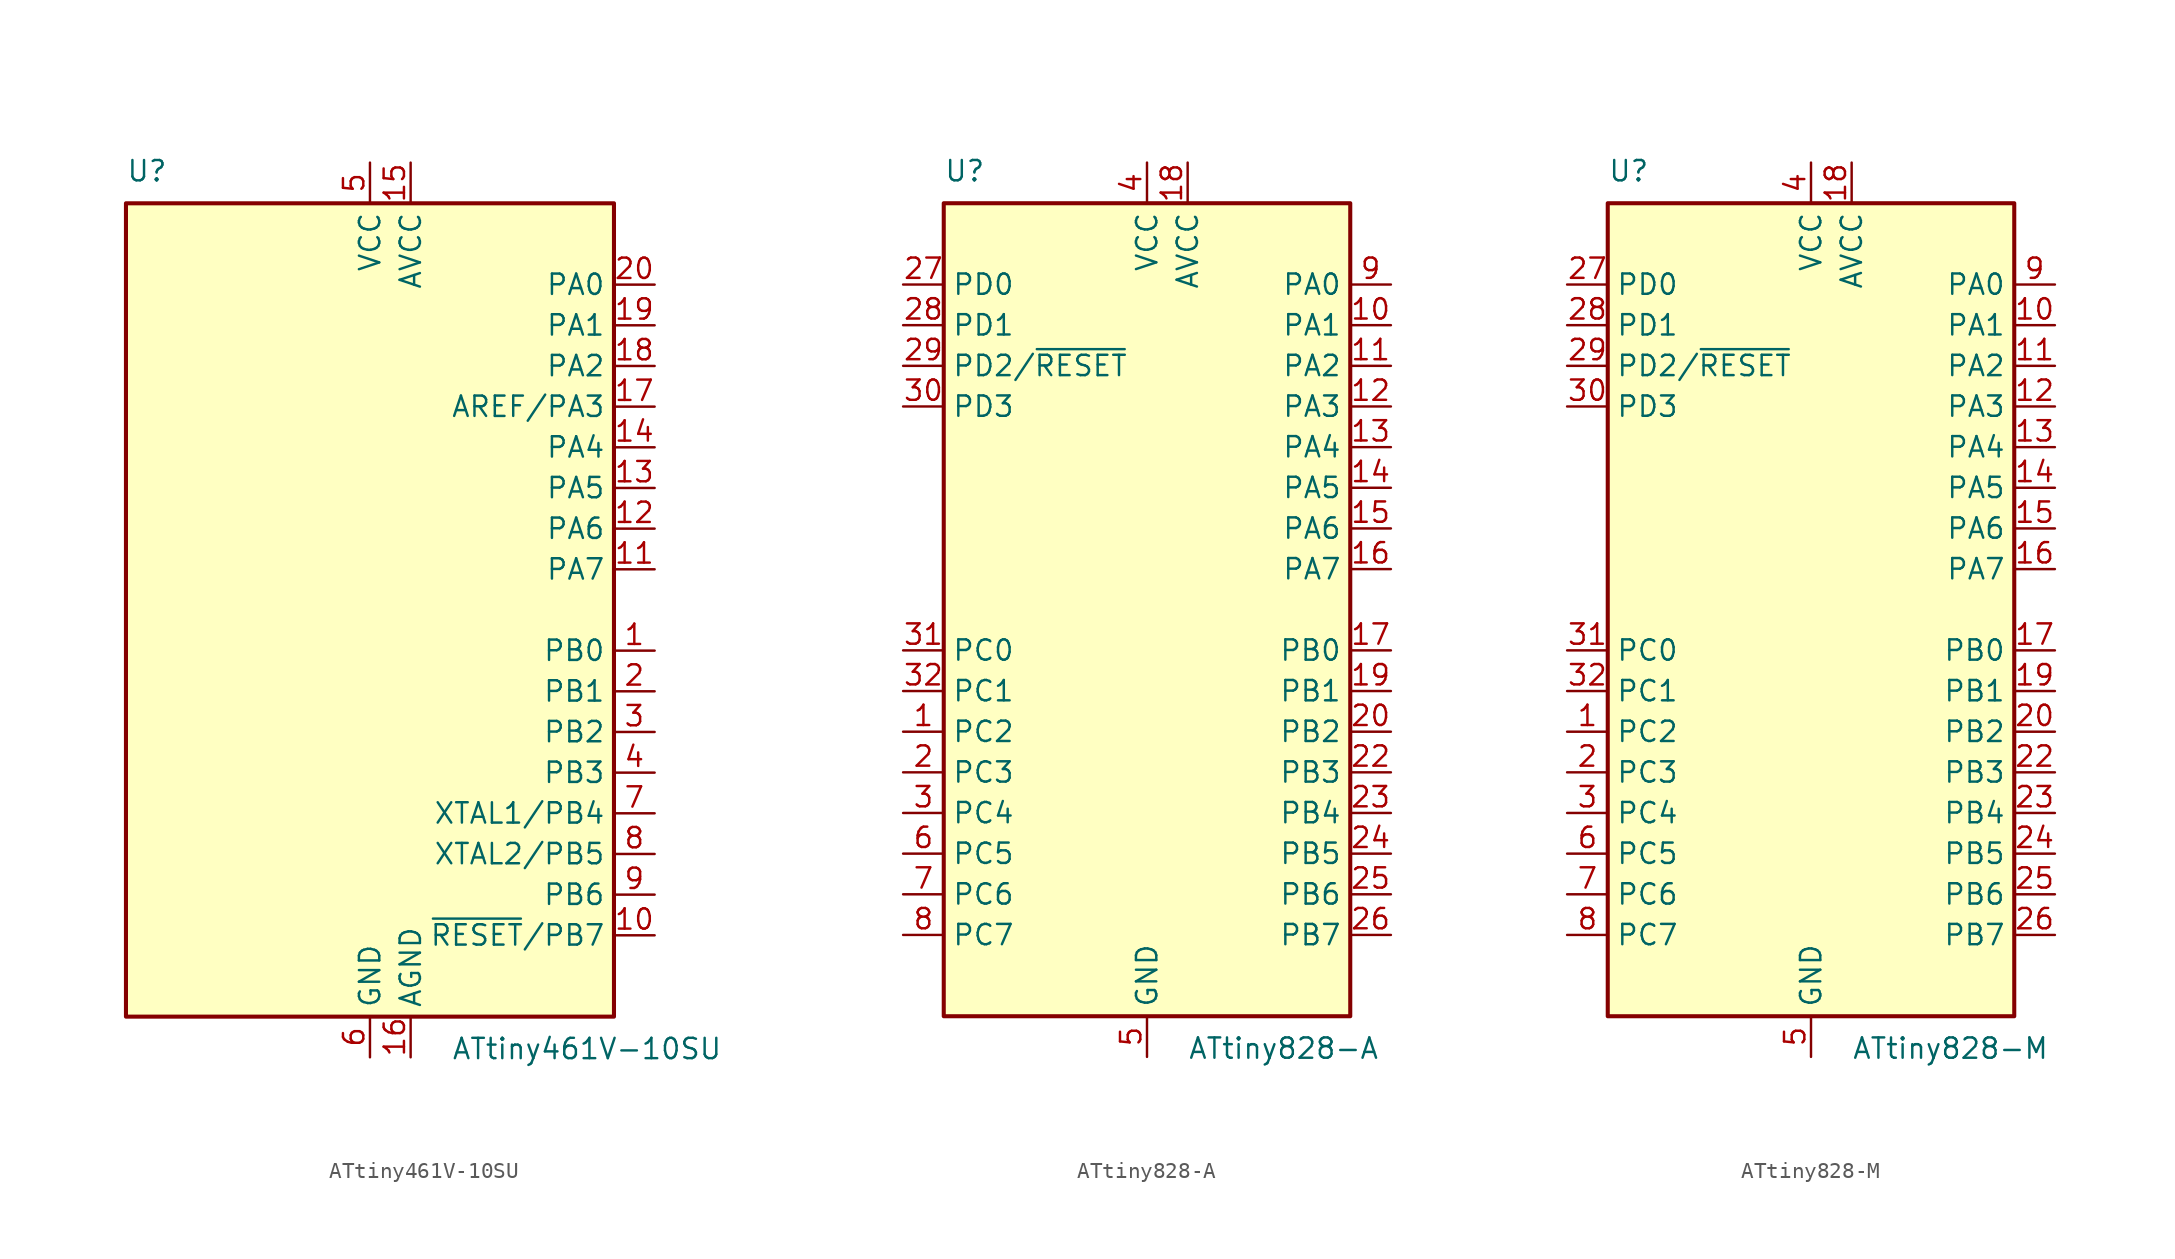
<source format=kicad_sym>
(kicad_symbol_lib
  (version 20201005)
  (generator kicad_symbol_editor)
  (symbol "ATtiny461V-10SU"
    (property "Reference" "U"
      (at -15.24 26.67 0)
      (effects (font (size 1.27 1.27)) (justify left bottom)))
    (property "Value" "ATtiny461V-10SU"
      (at 5.08 -26.67 0)
      (effects (font (size 1.27 1.27)) (justify left top)))
    (symbol "ATtiny461V-10SU_0_1"
      (rectangle (start -15.24 -25.4) (end 15.24 25.4) (stroke (width 0.254)) (fill (type background))))
    (symbol "ATtiny461V-10SU_1_1"
      (pin tri_state line (at 17.78 -2.54 180) (length 2.54) (name "PB0" (effects (font (size 1.27 1.27)))) (number "1" (effects (font (size 1.27 1.27)))))
      (pin tri_state line (at 17.78 -20.32 180) (length 2.54) (name "~RESET~/PB7" (effects (font (size 1.27 1.27)))) (number "10" (effects (font (size 1.27 1.27)))))
      (pin tri_state line (at 17.78 2.54 180) (length 2.54) (name "PA7" (effects (font (size 1.27 1.27)))) (number "11" (effects (font (size 1.27 1.27)))))
      (pin tri_state line (at 17.78 5.08 180) (length 2.54) (name "PA6" (effects (font (size 1.27 1.27)))) (number "12" (effects (font (size 1.27 1.27)))))
      (pin tri_state line (at 17.78 7.62 180) (length 2.54) (name "PA5" (effects (font (size 1.27 1.27)))) (number "13" (effects (font (size 1.27 1.27)))))
      (pin tri_state line (at 17.78 10.16 180) (length 2.54) (name "PA4" (effects (font (size 1.27 1.27)))) (number "14" (effects (font (size 1.27 1.27)))))
      (pin power_in line (at 2.54 27.94 270) (length 2.54) (name "AVCC" (effects (font (size 1.27 1.27)))) (number "15" (effects (font (size 1.27 1.27)))))
      (pin power_in line (at 2.54 -27.94 90) (length 2.54) (name "AGND" (effects (font (size 1.27 1.27)))) (number "16" (effects (font (size 1.27 1.27)))))
      (pin tri_state line (at 17.78 12.7 180) (length 2.54) (name "AREF/PA3" (effects (font (size 1.27 1.27)))) (number "17" (effects (font (size 1.27 1.27)))))
      (pin tri_state line (at 17.78 15.24 180) (length 2.54) (name "PA2" (effects (font (size 1.27 1.27)))) (number "18" (effects (font (size 1.27 1.27)))))
      (pin tri_state line (at 17.78 17.78 180) (length 2.54) (name "PA1" (effects (font (size 1.27 1.27)))) (number "19" (effects (font (size 1.27 1.27)))))
      (pin tri_state line (at 17.78 -5.08 180) (length 2.54) (name "PB1" (effects (font (size 1.27 1.27)))) (number "2" (effects (font (size 1.27 1.27)))))
      (pin tri_state line (at 17.78 20.32 180) (length 2.54) (name "PA0" (effects (font (size 1.27 1.27)))) (number "20" (effects (font (size 1.27 1.27)))))
      (pin tri_state line (at 17.78 -7.62 180) (length 2.54) (name "PB2" (effects (font (size 1.27 1.27)))) (number "3" (effects (font (size 1.27 1.27)))))
      (pin tri_state line (at 17.78 -10.16 180) (length 2.54) (name "PB3" (effects (font (size 1.27 1.27)))) (number "4" (effects (font (size 1.27 1.27)))))
      (pin power_in line (at 0 27.94 270) (length 2.54) (name "VCC" (effects (font (size 1.27 1.27)))) (number "5" (effects (font (size 1.27 1.27)))))
      (pin power_in line (at 0 -27.94 90) (length 2.54) (name "GND" (effects (font (size 1.27 1.27)))) (number "6" (effects (font (size 1.27 1.27)))))
      (pin tri_state line (at 17.78 -12.7 180) (length 2.54) (name "XTAL1/PB4" (effects (font (size 1.27 1.27)))) (number "7" (effects (font (size 1.27 1.27)))))
      (pin tri_state line (at 17.78 -15.24 180) (length 2.54) (name "XTAL2/PB5" (effects (font (size 1.27 1.27)))) (number "8" (effects (font (size 1.27 1.27)))))
      (pin tri_state line (at 17.78 -17.78 180) (length 2.54) (name "PB6" (effects (font (size 1.27 1.27)))) (number "9" (effects (font (size 1.27 1.27)))))))
  (symbol "ATtiny828-A"
    (property "Reference" "U"
      (at -12.7 26.67 0)
      (effects (font (size 1.27 1.27)) (justify left bottom)))
    (property "Value" "ATtiny828-A"
      (at 2.54 -26.67 0)
      (effects (font (size 1.27 1.27)) (justify left top)))
    (symbol "ATtiny828-A_0_1"
      (rectangle (start -12.7 -25.4) (end 12.7 25.4) (stroke (width 0.254)) (fill (type background))))
    (symbol "ATtiny828-A_1_1"
      (pin tri_state line (at -15.24 -7.62 0) (length 2.54) (name "PC2" (effects (font (size 1.27 1.27)))) (number "1" (effects (font (size 1.27 1.27)))))
      (pin tri_state line (at 15.24 17.78 180) (length 2.54) (name "PA1" (effects (font (size 1.27 1.27)))) (number "10" (effects (font (size 1.27 1.27)))))
      (pin tri_state line (at 15.24 15.24 180) (length 2.54) (name "PA2" (effects (font (size 1.27 1.27)))) (number "11" (effects (font (size 1.27 1.27)))))
      (pin tri_state line (at 15.24 12.7 180) (length 2.54) (name "PA3" (effects (font (size 1.27 1.27)))) (number "12" (effects (font (size 1.27 1.27)))))
      (pin tri_state line (at 15.24 10.16 180) (length 2.54) (name "PA4" (effects (font (size 1.27 1.27)))) (number "13" (effects (font (size 1.27 1.27)))))
      (pin tri_state line (at 15.24 7.62 180) (length 2.54) (name "PA5" (effects (font (size 1.27 1.27)))) (number "14" (effects (font (size 1.27 1.27)))))
      (pin tri_state line (at 15.24 5.08 180) (length 2.54) (name "PA6" (effects (font (size 1.27 1.27)))) (number "15" (effects (font (size 1.27 1.27)))))
      (pin tri_state line (at 15.24 2.54 180) (length 2.54) (name "PA7" (effects (font (size 1.27 1.27)))) (number "16" (effects (font (size 1.27 1.27)))))
      (pin tri_state line (at 15.24 -2.54 180) (length 2.54) (name "PB0" (effects (font (size 1.27 1.27)))) (number "17" (effects (font (size 1.27 1.27)))))
      (pin power_in line (at 2.54 27.94 270) (length 2.54) (name "AVCC" (effects (font (size 1.27 1.27)))) (number "18" (effects (font (size 1.27 1.27)))))
      (pin tri_state line (at 15.24 -5.08 180) (length 2.54) (name "PB1" (effects (font (size 1.27 1.27)))) (number "19" (effects (font (size 1.27 1.27)))))
      (pin tri_state line (at -15.24 -10.16 0) (length 2.54) (name "PC3" (effects (font (size 1.27 1.27)))) (number "2" (effects (font (size 1.27 1.27)))))
      (pin tri_state line (at 15.24 -7.62 180) (length 2.54) (name "PB2" (effects (font (size 1.27 1.27)))) (number "20" (effects (font (size 1.27 1.27)))))
      (pin passive line (at 0 -27.94 90) (length 2.54) hide (name "GND" (effects (font (size 1.27 1.27)))) (number "21" (effects (font (size 1.27 1.27)))))
      (pin tri_state line (at 15.24 -10.16 180) (length 2.54) (name "PB3" (effects (font (size 1.27 1.27)))) (number "22" (effects (font (size 1.27 1.27)))))
      (pin tri_state line (at 15.24 -12.7 180) (length 2.54) (name "PB4" (effects (font (size 1.27 1.27)))) (number "23" (effects (font (size 1.27 1.27)))))
      (pin tri_state line (at 15.24 -15.24 180) (length 2.54) (name "PB5" (effects (font (size 1.27 1.27)))) (number "24" (effects (font (size 1.27 1.27)))))
      (pin tri_state line (at 15.24 -17.78 180) (length 2.54) (name "PB6" (effects (font (size 1.27 1.27)))) (number "25" (effects (font (size 1.27 1.27)))))
      (pin tri_state line (at 15.24 -20.32 180) (length 2.54) (name "PB7" (effects (font (size 1.27 1.27)))) (number "26" (effects (font (size 1.27 1.27)))))
      (pin tri_state line (at -15.24 20.32 0) (length 2.54) (name "PD0" (effects (font (size 1.27 1.27)))) (number "27" (effects (font (size 1.27 1.27)))))
      (pin tri_state line (at -15.24 17.78 0) (length 2.54) (name "PD1" (effects (font (size 1.27 1.27)))) (number "28" (effects (font (size 1.27 1.27)))))
      (pin tri_state line (at -15.24 15.24 0) (length 2.54) (name "PD2/~RESET" (effects (font (size 1.27 1.27)))) (number "29" (effects (font (size 1.27 1.27)))))
      (pin tri_state line (at -15.24 -12.7 0) (length 2.54) (name "PC4" (effects (font (size 1.27 1.27)))) (number "3" (effects (font (size 1.27 1.27)))))
      (pin tri_state line (at -15.24 12.7 0) (length 2.54) (name "PD3" (effects (font (size 1.27 1.27)))) (number "30" (effects (font (size 1.27 1.27)))))
      (pin tri_state line (at -15.24 -2.54 0) (length 2.54) (name "PC0" (effects (font (size 1.27 1.27)))) (number "31" (effects (font (size 1.27 1.27)))))
      (pin tri_state line (at -15.24 -5.08 0) (length 2.54) (name "PC1" (effects (font (size 1.27 1.27)))) (number "32" (effects (font (size 1.27 1.27)))))
      (pin power_in line (at 0 27.94 270) (length 2.54) (name "VCC" (effects (font (size 1.27 1.27)))) (number "4" (effects (font (size 1.27 1.27)))))
      (pin power_in line (at 0 -27.94 90) (length 2.54) (name "GND" (effects (font (size 1.27 1.27)))) (number "5" (effects (font (size 1.27 1.27)))))
      (pin tri_state line (at -15.24 -15.24 0) (length 2.54) (name "PC5" (effects (font (size 1.27 1.27)))) (number "6" (effects (font (size 1.27 1.27)))))
      (pin tri_state line (at -15.24 -17.78 0) (length 2.54) (name "PC6" (effects (font (size 1.27 1.27)))) (number "7" (effects (font (size 1.27 1.27)))))
      (pin tri_state line (at -15.24 -20.32 0) (length 2.54) (name "PC7" (effects (font (size 1.27 1.27)))) (number "8" (effects (font (size 1.27 1.27)))))
      (pin tri_state line (at 15.24 20.32 180) (length 2.54) (name "PA0" (effects (font (size 1.27 1.27)))) (number "9" (effects (font (size 1.27 1.27)))))))
  (symbol "ATtiny828-M"
    (property "Reference" "U"
      (at -12.7 26.67 0)
      (effects (font (size 1.27 1.27)) (justify left bottom)))
    (property "Value" "ATtiny828-M"
      (at 2.54 -26.67 0)
      (effects (font (size 1.27 1.27)) (justify left top)))
    (symbol "ATtiny828-M_0_1"
      (rectangle (start -12.7 -25.4) (end 12.7 25.4) (stroke (width 0.254)) (fill (type background))))
    (symbol "ATtiny828-M_1_1"
      (pin tri_state line (at -15.24 -7.62 0) (length 2.54) (name "PC2" (effects (font (size 1.27 1.27)))) (number "1" (effects (font (size 1.27 1.27)))))
      (pin tri_state line (at 15.24 17.78 180) (length 2.54) (name "PA1" (effects (font (size 1.27 1.27)))) (number "10" (effects (font (size 1.27 1.27)))))
      (pin tri_state line (at 15.24 15.24 180) (length 2.54) (name "PA2" (effects (font (size 1.27 1.27)))) (number "11" (effects (font (size 1.27 1.27)))))
      (pin tri_state line (at 15.24 12.7 180) (length 2.54) (name "PA3" (effects (font (size 1.27 1.27)))) (number "12" (effects (font (size 1.27 1.27)))))
      (pin tri_state line (at 15.24 10.16 180) (length 2.54) (name "PA4" (effects (font (size 1.27 1.27)))) (number "13" (effects (font (size 1.27 1.27)))))
      (pin tri_state line (at 15.24 7.62 180) (length 2.54) (name "PA5" (effects (font (size 1.27 1.27)))) (number "14" (effects (font (size 1.27 1.27)))))
      (pin tri_state line (at 15.24 5.08 180) (length 2.54) (name "PA6" (effects (font (size 1.27 1.27)))) (number "15" (effects (font (size 1.27 1.27)))))
      (pin tri_state line (at 15.24 2.54 180) (length 2.54) (name "PA7" (effects (font (size 1.27 1.27)))) (number "16" (effects (font (size 1.27 1.27)))))
      (pin tri_state line (at 15.24 -2.54 180) (length 2.54) (name "PB0" (effects (font (size 1.27 1.27)))) (number "17" (effects (font (size 1.27 1.27)))))
      (pin power_in line (at 2.54 27.94 270) (length 2.54) (name "AVCC" (effects (font (size 1.27 1.27)))) (number "18" (effects (font (size 1.27 1.27)))))
      (pin tri_state line (at 15.24 -5.08 180) (length 2.54) (name "PB1" (effects (font (size 1.27 1.27)))) (number "19" (effects (font (size 1.27 1.27)))))
      (pin tri_state line (at -15.24 -10.16 0) (length 2.54) (name "PC3" (effects (font (size 1.27 1.27)))) (number "2" (effects (font (size 1.27 1.27)))))
      (pin tri_state line (at 15.24 -7.62 180) (length 2.54) (name "PB2" (effects (font (size 1.27 1.27)))) (number "20" (effects (font (size 1.27 1.27)))))
      (pin passive line (at 0 -27.94 90) (length 2.54) hide (name "GND" (effects (font (size 1.27 1.27)))) (number "21" (effects (font (size 1.27 1.27)))))
      (pin tri_state line (at 15.24 -10.16 180) (length 2.54) (name "PB3" (effects (font (size 1.27 1.27)))) (number "22" (effects (font (size 1.27 1.27)))))
      (pin tri_state line (at 15.24 -12.7 180) (length 2.54) (name "PB4" (effects (font (size 1.27 1.27)))) (number "23" (effects (font (size 1.27 1.27)))))
      (pin tri_state line (at 15.24 -15.24 180) (length 2.54) (name "PB5" (effects (font (size 1.27 1.27)))) (number "24" (effects (font (size 1.27 1.27)))))
      (pin tri_state line (at 15.24 -17.78 180) (length 2.54) (name "PB6" (effects (font (size 1.27 1.27)))) (number "25" (effects (font (size 1.27 1.27)))))
      (pin tri_state line (at 15.24 -20.32 180) (length 2.54) (name "PB7" (effects (font (size 1.27 1.27)))) (number "26" (effects (font (size 1.27 1.27)))))
      (pin tri_state line (at -15.24 20.32 0) (length 2.54) (name "PD0" (effects (font (size 1.27 1.27)))) (number "27" (effects (font (size 1.27 1.27)))))
      (pin tri_state line (at -15.24 17.78 0) (length 2.54) (name "PD1" (effects (font (size 1.27 1.27)))) (number "28" (effects (font (size 1.27 1.27)))))
      (pin tri_state line (at -15.24 15.24 0) (length 2.54) (name "PD2/~RESET" (effects (font (size 1.27 1.27)))) (number "29" (effects (font (size 1.27 1.27)))))
      (pin tri_state line (at -15.24 -12.7 0) (length 2.54) (name "PC4" (effects (font (size 1.27 1.27)))) (number "3" (effects (font (size 1.27 1.27)))))
      (pin tri_state line (at -15.24 12.7 0) (length 2.54) (name "PD3" (effects (font (size 1.27 1.27)))) (number "30" (effects (font (size 1.27 1.27)))))
      (pin tri_state line (at -15.24 -2.54 0) (length 2.54) (name "PC0" (effects (font (size 1.27 1.27)))) (number "31" (effects (font (size 1.27 1.27)))))
      (pin tri_state line (at -15.24 -5.08 0) (length 2.54) (name "PC1" (effects (font (size 1.27 1.27)))) (number "32" (effects (font (size 1.27 1.27)))))
      (pin passive line (at 0 -27.94 90) (length 2.54) hide (name "GND" (effects (font (size 1.27 1.27)))) (number "33" (effects (font (size 1.27 1.27)))))
      (pin power_in line (at 0 27.94 270) (length 2.54) (name "VCC" (effects (font (size 1.27 1.27)))) (number "4" (effects (font (size 1.27 1.27)))))
      (pin power_in line (at 0 -27.94 90) (length 2.54) (name "GND" (effects (font (size 1.27 1.27)))) (number "5" (effects (font (size 1.27 1.27)))))
      (pin tri_state line (at -15.24 -15.24 0) (length 2.54) (name "PC5" (effects (font (size 1.27 1.27)))) (number "6" (effects (font (size 1.27 1.27)))))
      (pin tri_state line (at -15.24 -17.78 0) (length 2.54) (name "PC6" (effects (font (size 1.27 1.27)))) (number "7" (effects (font (size 1.27 1.27)))))
      (pin tri_state line (at -15.24 -20.32 0) (length 2.54) (name "PC7" (effects (font (size 1.27 1.27)))) (number "8" (effects (font (size 1.27 1.27)))))
      (pin tri_state line (at 15.24 20.32 180) (length 2.54) (name "PA0" (effects (font (size 1.27 1.27)))) (number "9" (effects (font (size 1.27 1.27))))))))
</source>
